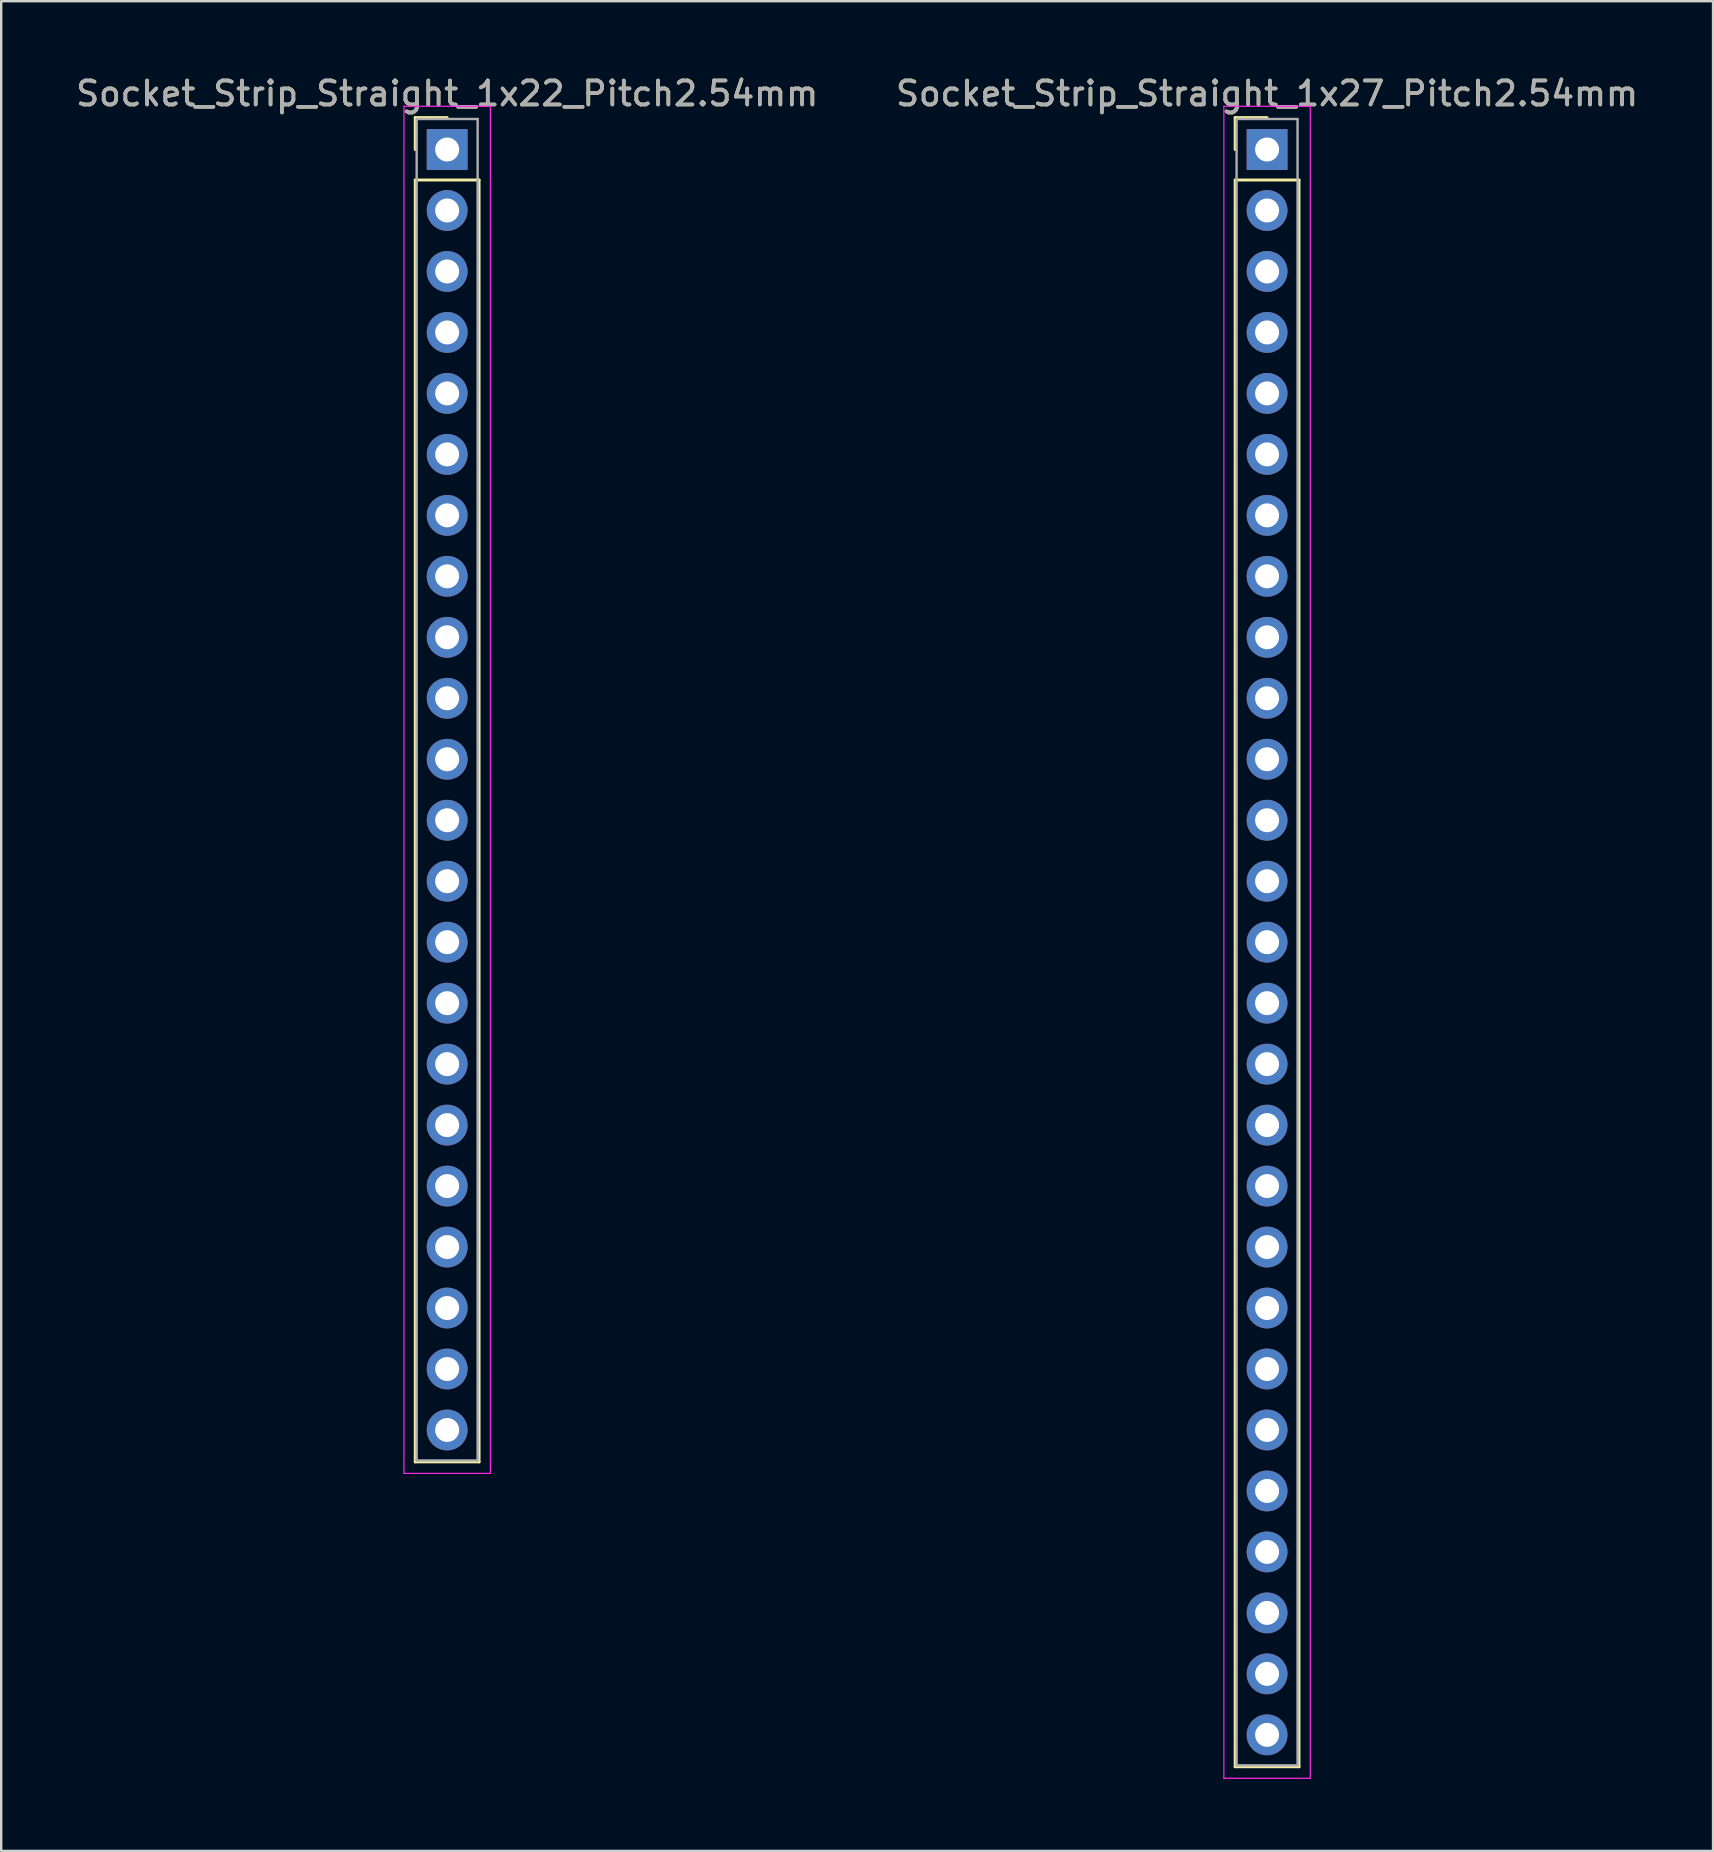
<source format=kicad_pcb>
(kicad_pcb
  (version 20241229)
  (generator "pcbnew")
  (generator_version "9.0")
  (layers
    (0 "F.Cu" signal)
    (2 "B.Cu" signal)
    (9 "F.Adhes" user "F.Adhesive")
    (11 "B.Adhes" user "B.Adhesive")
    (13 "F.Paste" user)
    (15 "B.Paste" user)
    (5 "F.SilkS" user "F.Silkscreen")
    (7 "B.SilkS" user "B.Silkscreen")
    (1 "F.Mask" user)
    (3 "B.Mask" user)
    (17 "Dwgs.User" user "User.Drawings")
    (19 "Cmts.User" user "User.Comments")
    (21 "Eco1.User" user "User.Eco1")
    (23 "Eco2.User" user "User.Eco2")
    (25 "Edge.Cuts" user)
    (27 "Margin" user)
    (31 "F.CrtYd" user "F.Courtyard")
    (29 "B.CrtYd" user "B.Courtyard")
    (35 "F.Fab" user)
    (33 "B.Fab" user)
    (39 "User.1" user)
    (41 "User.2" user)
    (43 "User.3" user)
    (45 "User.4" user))
  (footprint "Socket_Strip_Straight_1x27_Pitch2.54mm"
    (layer "F.Cu")
    (at 49.732 3.178)
    (property "Reference" "Socket_Strip_Straight_1x27_Pitch2.54mm" (at 0 -2.33 0) (layer "F.SilkS") (effects (font (size 1 1) (thickness 0.15))))
    (attr through_hole)
    (fp_line (start -1.33 -1.33) (end 0 -1.33) (stroke (width 0.12) (type solid)) (layer "F.SilkS"))
    (fp_line (start -1.33 0) (end -1.33 -1.33) (stroke (width 0.12) (type solid)) (layer "F.SilkS"))
    (fp_line (start -1.33 1.27) (end -1.33 67.37) (stroke (width 0.12) (type solid)) (layer "F.SilkS"))
    (fp_line (start -1.33 67.37) (end 1.33 67.37) (stroke (width 0.12) (type solid)) (layer "F.SilkS"))
    (fp_line (start 1.33 1.27) (end -1.33 1.27) (stroke (width 0.12) (type solid)) (layer "F.SilkS"))
    (fp_line (start 1.33 67.37) (end 1.33 1.27) (stroke (width 0.12) (type solid)) (layer "F.SilkS"))
    (fp_line (start -1.8 -1.8) (end -1.8 67.85) (stroke (width 0.05) (type solid)) (layer "F.CrtYd"))
    (fp_line (start -1.8 67.85) (end 1.8 67.85) (stroke (width 0.05) (type solid)) (layer "F.CrtYd"))
    (fp_line (start 1.8 -1.8) (end -1.8 -1.8) (stroke (width 0.05) (type solid)) (layer "F.CrtYd"))
    (fp_line (start 1.8 67.85) (end 1.8 -1.8) (stroke (width 0.05) (type solid)) (layer "F.CrtYd"))
    (fp_line (start -1.27 -1.27) (end -1.27 67.31) (stroke (width 0.1) (type solid)) (layer "F.Fab"))
    (fp_line (start -1.27 67.31) (end 1.27 67.31) (stroke (width 0.1) (type solid)) (layer "F.Fab"))
    (fp_line (start 1.27 -1.27) (end -1.27 -1.27) (stroke (width 0.1) (type solid)) (layer "F.Fab"))
    (fp_line (start 1.27 67.31) (end 1.27 -1.27) (stroke (width 0.1) (type solid)) (layer "F.Fab"))
    (fp_text user "${REFERENCE}" (at 0 -2.33 0) (layer "F.Fab") (effects (font (size 1 1) (thickness 0.15))))
    (pad "1" thru_hole rect (at 0 0) (size 1.7 1.7) (drill 1) (layers "*.Cu" "*.Mask"))
    (pad "2" thru_hole oval (at 0 2.54) (size 1.7 1.7) (drill 1) (layers "*.Cu" "*.Mask"))
    (pad "3" thru_hole oval (at 0 5.08) (size 1.7 1.7) (drill 1) (layers "*.Cu" "*.Mask"))
    (pad "4" thru_hole oval (at 0 7.62) (size 1.7 1.7) (drill 1) (layers "*.Cu" "*.Mask"))
    (pad "5" thru_hole oval (at 0 10.16) (size 1.7 1.7) (drill 1) (layers "*.Cu" "*.Mask"))
    (pad "6" thru_hole oval (at 0 12.7) (size 1.7 1.7) (drill 1) (layers "*.Cu" "*.Mask"))
    (pad "7" thru_hole oval (at 0 15.24) (size 1.7 1.7) (drill 1) (layers "*.Cu" "*.Mask"))
    (pad "8" thru_hole oval (at 0 17.78) (size 1.7 1.7) (drill 1) (layers "*.Cu" "*.Mask"))
    (pad "9" thru_hole oval (at 0 20.32) (size 1.7 1.7) (drill 1) (layers "*.Cu" "*.Mask"))
    (pad "10" thru_hole oval (at 0 22.86) (size 1.7 1.7) (drill 1) (layers "*.Cu" "*.Mask"))
    (pad "11" thru_hole oval (at 0 25.4) (size 1.7 1.7) (drill 1) (layers "*.Cu" "*.Mask"))
    (pad "12" thru_hole oval (at 0 27.94) (size 1.7 1.7) (drill 1) (layers "*.Cu" "*.Mask"))
    (pad "13" thru_hole oval (at 0 30.48) (size 1.7 1.7) (drill 1) (layers "*.Cu" "*.Mask"))
    (pad "14" thru_hole oval (at 0 33.02) (size 1.7 1.7) (drill 1) (layers "*.Cu" "*.Mask"))
    (pad "15" thru_hole oval (at 0 35.56) (size 1.7 1.7) (drill 1) (layers "*.Cu" "*.Mask"))
    (pad "16" thru_hole oval (at 0 38.1) (size 1.7 1.7) (drill 1) (layers "*.Cu" "*.Mask"))
    (pad "17" thru_hole oval (at 0 40.64) (size 1.7 1.7) (drill 1) (layers "*.Cu" "*.Mask"))
    (pad "18" thru_hole oval (at 0 43.18) (size 1.7 1.7) (drill 1) (layers "*.Cu" "*.Mask"))
    (pad "19" thru_hole oval (at 0 45.72) (size 1.7 1.7) (drill 1) (layers "*.Cu" "*.Mask"))
    (pad "20" thru_hole oval (at 0 48.26) (size 1.7 1.7) (drill 1) (layers "*.Cu" "*.Mask"))
    (pad "21" thru_hole oval (at 0 50.8) (size 1.7 1.7) (drill 1) (layers "*.Cu" "*.Mask"))
    (pad "22" thru_hole oval (at 0 53.34) (size 1.7 1.7) (drill 1) (layers "*.Cu" "*.Mask"))
    (pad "23" thru_hole oval (at 0 55.88) (size 1.7 1.7) (drill 1) (layers "*.Cu" "*.Mask"))
    (pad "24" thru_hole oval (at 0 58.42) (size 1.7 1.7) (drill 1) (layers "*.Cu" "*.Mask"))
    (pad "25" thru_hole oval (at 0 60.96) (size 1.7 1.7) (drill 1) (layers "*.Cu" "*.Mask"))
    (pad "26" thru_hole oval (at 0 63.5) (size 1.7 1.7) (drill 1) (layers "*.Cu" "*.Mask"))
    (pad "27" thru_hole oval (at 0 66.04) (size 1.7 1.7) (drill 1) (layers "*.Cu" "*.Mask")))
  (footprint "Socket_Strip_Straight_1x22_Pitch2.54mm"
    (layer "F.Cu")
    (at 15.577 3.178)
    (property "Reference" "Socket_Strip_Straight_1x22_Pitch2.54mm" (at 0 -2.33 0) (layer "F.SilkS") (effects (font (size 1 1) (thickness 0.15))))
    (attr through_hole)
    (fp_line (start -1.33 -1.33) (end 0 -1.33) (stroke (width 0.12) (type solid)) (layer "F.SilkS"))
    (fp_line (start -1.33 0) (end -1.33 -1.33) (stroke (width 0.12) (type solid)) (layer "F.SilkS"))
    (fp_line (start -1.33 1.27) (end -1.33 54.67) (stroke (width 0.12) (type solid)) (layer "F.SilkS"))
    (fp_line (start -1.33 54.67) (end 1.33 54.67) (stroke (width 0.12) (type solid)) (layer "F.SilkS"))
    (fp_line (start 1.33 1.27) (end -1.33 1.27) (stroke (width 0.12) (type solid)) (layer "F.SilkS"))
    (fp_line (start 1.33 54.67) (end 1.33 1.27) (stroke (width 0.12) (type solid)) (layer "F.SilkS"))
    (fp_line (start -1.8 -1.8) (end -1.8 55.15) (stroke (width 0.05) (type solid)) (layer "F.CrtYd"))
    (fp_line (start -1.8 55.15) (end 1.8 55.15) (stroke (width 0.05) (type solid)) (layer "F.CrtYd"))
    (fp_line (start 1.8 -1.8) (end -1.8 -1.8) (stroke (width 0.05) (type solid)) (layer "F.CrtYd"))
    (fp_line (start 1.8 55.15) (end 1.8 -1.8) (stroke (width 0.05) (type solid)) (layer "F.CrtYd"))
    (fp_line (start -1.27 -1.27) (end -1.27 54.61) (stroke (width 0.1) (type solid)) (layer "F.Fab"))
    (fp_line (start -1.27 54.61) (end 1.27 54.61) (stroke (width 0.1) (type solid)) (layer "F.Fab"))
    (fp_line (start 1.27 -1.27) (end -1.27 -1.27) (stroke (width 0.1) (type solid)) (layer "F.Fab"))
    (fp_line (start 1.27 54.61) (end 1.27 -1.27) (stroke (width 0.1) (type solid)) (layer "F.Fab"))
    (fp_text user "${REFERENCE}" (at 0 -2.33 0) (layer "F.Fab") (effects (font (size 1 1) (thickness 0.15))))
    (pad "1" thru_hole rect (at 0 0) (size 1.7 1.7) (drill 1) (layers "*.Cu" "*.Mask"))
    (pad "2" thru_hole oval (at 0 2.54) (size 1.7 1.7) (drill 1) (layers "*.Cu" "*.Mask"))
    (pad "3" thru_hole oval (at 0 5.08) (size 1.7 1.7) (drill 1) (layers "*.Cu" "*.Mask"))
    (pad "4" thru_hole oval (at 0 7.62) (size 1.7 1.7) (drill 1) (layers "*.Cu" "*.Mask"))
    (pad "5" thru_hole oval (at 0 10.16) (size 1.7 1.7) (drill 1) (layers "*.Cu" "*.Mask"))
    (pad "6" thru_hole oval (at 0 12.7) (size 1.7 1.7) (drill 1) (layers "*.Cu" "*.Mask"))
    (pad "7" thru_hole oval (at 0 15.24) (size 1.7 1.7) (drill 1) (layers "*.Cu" "*.Mask"))
    (pad "8" thru_hole oval (at 0 17.78) (size 1.7 1.7) (drill 1) (layers "*.Cu" "*.Mask"))
    (pad "9" thru_hole oval (at 0 20.32) (size 1.7 1.7) (drill 1) (layers "*.Cu" "*.Mask"))
    (pad "10" thru_hole oval (at 0 22.86) (size 1.7 1.7) (drill 1) (layers "*.Cu" "*.Mask"))
    (pad "11" thru_hole oval (at 0 25.4) (size 1.7 1.7) (drill 1) (layers "*.Cu" "*.Mask"))
    (pad "12" thru_hole oval (at 0 27.94) (size 1.7 1.7) (drill 1) (layers "*.Cu" "*.Mask"))
    (pad "13" thru_hole oval (at 0 30.48) (size 1.7 1.7) (drill 1) (layers "*.Cu" "*.Mask"))
    (pad "14" thru_hole oval (at 0 33.02) (size 1.7 1.7) (drill 1) (layers "*.Cu" "*.Mask"))
    (pad "15" thru_hole oval (at 0 35.56) (size 1.7 1.7) (drill 1) (layers "*.Cu" "*.Mask"))
    (pad "16" thru_hole oval (at 0 38.1) (size 1.7 1.7) (drill 1) (layers "*.Cu" "*.Mask"))
    (pad "17" thru_hole oval (at 0 40.64) (size 1.7 1.7) (drill 1) (layers "*.Cu" "*.Mask"))
    (pad "18" thru_hole oval (at 0 43.18) (size 1.7 1.7) (drill 1) (layers "*.Cu" "*.Mask"))
    (pad "19" thru_hole oval (at 0 45.72) (size 1.7 1.7) (drill 1) (layers "*.Cu" "*.Mask"))
    (pad "20" thru_hole oval (at 0 48.26) (size 1.7 1.7) (drill 1) (layers "*.Cu" "*.Mask"))
    (pad "21" thru_hole oval (at 0 50.8) (size 1.7 1.7) (drill 1) (layers "*.Cu" "*.Mask"))
    (pad "22" thru_hole oval (at 0 53.34) (size 1.7 1.7) (drill 1) (layers "*.Cu" "*.Mask")))
  (gr_rect
    (start -3 -3)
    (end 68.31 74.053)
    (stroke (width 0.1) (type default))
    (fill no)
    (layer "Edge.Cuts")))
</source>
